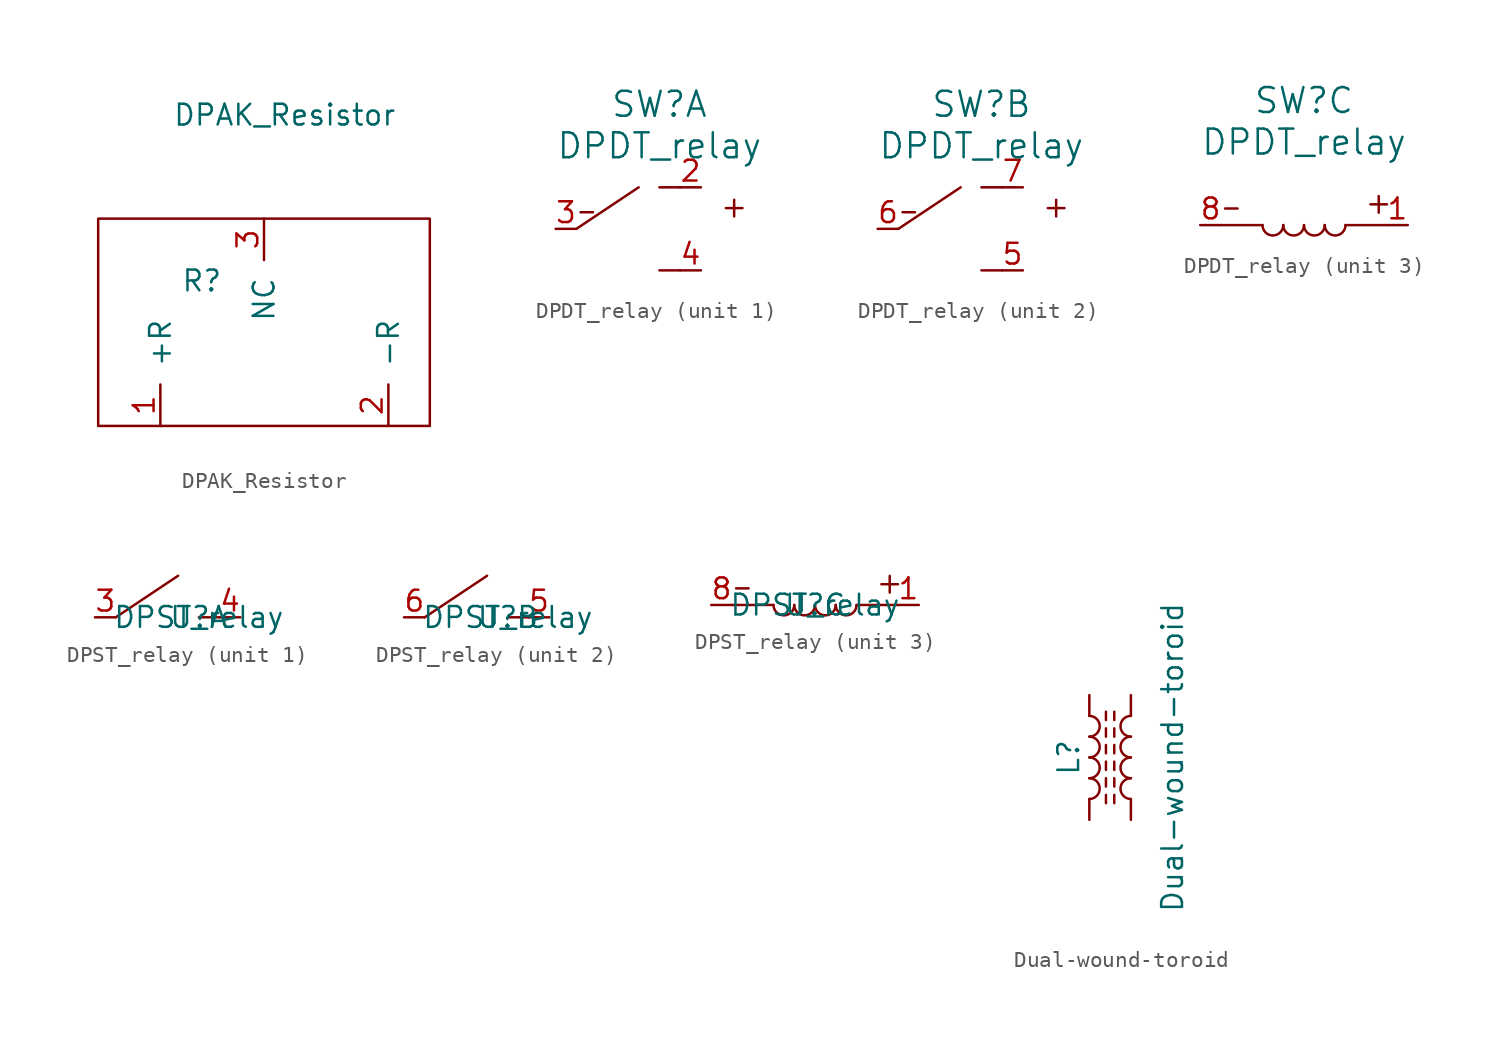
<source format=kicad_sym>
(kicad_symbol_lib
  (version 20211014)
  (generator kicad_symbol_editor)
  (symbol "DPAK_Resistor"
    (pin_names
      (offset 1.016))
    (property "Reference" "R"
      (at -3.81 -3.81 0)
      (effects (font (size 1.27 1.27))))
    (property "Value" "DPAK_Resistor"
      (at 1.27 6.35 0)
      (effects (font (size 1.27 1.27))))
    (symbol "DPAK_Resistor_0_1"
      (rectangle (start -10.16 -12.7) (end 10.16 0) (stroke (width 0) (type default) (color 0 0 0 0)) (fill (type none))))
    (symbol "DPAK_Resistor_1_1"
      (pin input line (at -6.35 -12.7 90) (length 2.54) (name "+R" (effects (font (size 1.27 1.27)))) (number "1" (effects (font (size 1.27 1.27)))))
      (pin input line (at 7.62 -12.7 90) (length 2.54) (name "-R" (effects (font (size 1.27 1.27)))) (number "2" (effects (font (size 1.27 1.27)))))
      (pin input line (at 0 0 270) (length 2.54) (name "NC" (effects (font (size 1.27 1.27)))) (number "3" (effects (font (size 1.27 1.27)))))))
  (symbol "DPDT_relay"
    (pin_names
      (offset 1.016))
    (property "Reference" "SW"
      (at 0 7.62 0)
      (effects (font (size 1.524 1.524))))
    (property "Value" "DPDT_relay"
      (at 0 5.08 0)
      (effects (font (size 1.524 1.524))))
    (property "ki_locked" ""
      (at 0 0 0)
      (effects (font (size 1.27 1.27))))
    (symbol "DPDT_relay_0_1"
      (polyline (pts (xy -4.826 1.016) (xy -4.064 1.016)) (stroke (width 0) (type default) (color 0 0 0 0)) (fill (type none)))
      (polyline (pts (xy 4.572 1.778) (xy 4.572 0.762)) (stroke (width 0) (type default) (color 0 0 0 0)) (fill (type none)))
      (polyline (pts (xy 5.08 1.27) (xy 4.064 1.27)) (stroke (width 0) (type default) (color 0 0 0 0)) (fill (type none))))
    (symbol "DPDT_relay_1_1"
      (polyline (pts (xy -5.08 0) (xy -1.27 2.54)) (stroke (width 0) (type default) (color 0 0 0 0)) (fill (type none)))
      (polyline (pts (xy 1.27 -2.54) (xy 0 -2.54)) (stroke (width 0) (type default) (color 0 0 0 0)) (fill (type none)))
      (polyline (pts (xy 1.27 2.54) (xy 0 2.54)) (stroke (width 0) (type default) (color 0 0 0 0)) (fill (type none)))
      (pin passive line (at 2.54 2.54 180) (length 1.27) (name "~" (effects (font (size 1.27 1.27)))) (number "2" (effects (font (size 1.27 1.27)))))
      (pin passive line (at -6.35 0 0) (length 1.27) (name "~" (effects (font (size 1.27 1.27)))) (number "3" (effects (font (size 1.27 1.27)))))
      (pin passive line (at 2.54 -2.54 180) (length 1.27) (name "~" (effects (font (size 1.27 1.27)))) (number "4" (effects (font (size 1.27 1.27))))))
    (symbol "DPDT_relay_2_1"
      (polyline (pts (xy -5.08 0) (xy -1.27 2.54)) (stroke (width 0) (type default) (color 0 0 0 0)) (fill (type none)))
      (polyline (pts (xy 1.27 -2.54) (xy 0 -2.54)) (stroke (width 0) (type default) (color 0 0 0 0)) (fill (type none)))
      (polyline (pts (xy 1.27 2.54) (xy 0 2.54)) (stroke (width 0) (type default) (color 0 0 0 0)) (fill (type none)))
      (pin passive line (at 2.54 -2.54 180) (length 1.27) (name "~" (effects (font (size 1.27 1.27)))) (number "5" (effects (font (size 1.27 1.27)))))
      (pin passive line (at -6.35 0 0) (length 1.27) (name "~" (effects (font (size 1.27 1.27)))) (number "6" (effects (font (size 1.27 1.27)))))
      (pin passive line (at 2.54 2.54 180) (length 1.27) (name "~" (effects (font (size 1.27 1.27)))) (number "7" (effects (font (size 1.27 1.27))))))
    (symbol "DPDT_relay_3_1"
      (arc (start -2.54 0) (mid -1.905 -0.635) (end -1.27 0) (stroke (width 0) (type default) (color 0 0 0 0)) (fill (type none)))
      (arc (start -1.27 0) (mid -0.635 -0.635) (end 0 0) (stroke (width 0) (type default) (color 0 0 0 0)) (fill (type none)))
      (polyline (pts (xy -2.54 0) (xy -5.08 0)) (stroke (width 0) (type default) (color 0 0 0 0)) (fill (type none)))
      (polyline (pts (xy 2.54 0) (xy 5.08 0)) (stroke (width 0) (type default) (color 0 0 0 0)) (fill (type none)))
      (arc (start 0 0) (mid 0.635 -0.635) (end 1.27 0) (stroke (width 0) (type default) (color 0 0 0 0)) (fill (type none)))
      (arc (start 1.27 0) (mid 1.905 -0.635) (end 2.54 0) (stroke (width 0) (type default) (color 0 0 0 0)) (fill (type none)))
      (pin passive line (at 6.35 0 180) (length 1.27) (name "~" (effects (font (size 1.27 1.27)))) (number "1" (effects (font (size 1.27 1.27)))))
      (pin passive line (at -6.35 0 0) (length 1.27) (name "~" (effects (font (size 1.27 1.27)))) (number "8" (effects (font (size 1.27 1.27)))))))
  (symbol "DPST_relay"
    (pin_names
      (offset 1.016))
    (property "Reference" "U"
      (at 0 0 0)
      (effects (font (size 1.27 1.27))))
    (property "Value" "DPST_relay"
      (at 0 0 0)
      (effects (font (size 1.27 1.27))))
    (property "ki_locked" ""
      (at 0 0 0)
      (effects (font (size 1.27 1.27))))
    (symbol "DPST_relay_1_1"
      (polyline (pts (xy -5.08 0) (xy -1.27 2.54)) (stroke (width 0) (type default) (color 0 0 0 0)) (fill (type none)))
      (polyline (pts (xy 1.27 0) (xy 0 0)) (stroke (width 0) (type default) (color 0 0 0 0)) (fill (type none)))
      (pin passive line (at -6.35 0 0) (length 1.27) (name "~" (effects (font (size 1.27 1.27)))) (number "3" (effects (font (size 1.27 1.27)))))
      (pin passive line (at 2.54 0 180) (length 1.27) (name "~" (effects (font (size 1.27 1.27)))) (number "4" (effects (font (size 1.27 1.27))))))
    (symbol "DPST_relay_2_1"
      (polyline (pts (xy -5.08 0) (xy -1.27 2.54)) (stroke (width 0) (type default) (color 0 0 0 0)) (fill (type none)))
      (polyline (pts (xy 1.27 0) (xy 0 0)) (stroke (width 0) (type default) (color 0 0 0 0)) (fill (type none)))
      (pin passive line (at 2.54 0 180) (length 1.27) (name "~" (effects (font (size 1.27 1.27)))) (number "5" (effects (font (size 1.27 1.27)))))
      (pin passive line (at -6.35 0 0) (length 1.27) (name "~" (effects (font (size 1.27 1.27)))) (number "6" (effects (font (size 1.27 1.27))))))
    (symbol "DPST_relay_3_1"
      (arc (start -2.54 0) (mid -1.905 -0.635) (end -1.27 0) (stroke (width 0) (type default) (color 0 0 0 0)) (fill (type none)))
      (arc (start -1.27 0) (mid -0.635 -0.635) (end 0 0) (stroke (width 0) (type default) (color 0 0 0 0)) (fill (type none)))
      (polyline (pts (xy -4.826 1.016) (xy -4.064 1.016)) (stroke (width 0) (type default) (color 0 0 0 0)) (fill (type none)))
      (polyline (pts (xy -2.54 0) (xy -5.08 0)) (stroke (width 0) (type default) (color 0 0 0 0)) (fill (type none)))
      (polyline (pts (xy 2.54 0) (xy 5.08 0)) (stroke (width 0) (type default) (color 0 0 0 0)) (fill (type none)))
      (polyline (pts (xy 4.572 1.778) (xy 4.572 0.762)) (stroke (width 0) (type default) (color 0 0 0 0)) (fill (type none)))
      (polyline (pts (xy 5.08 1.27) (xy 4.064 1.27)) (stroke (width 0) (type default) (color 0 0 0 0)) (fill (type none)))
      (arc (start 0 0) (mid 0.635 -0.635) (end 1.27 0) (stroke (width 0) (type default) (color 0 0 0 0)) (fill (type none)))
      (arc (start 1.27 0) (mid 1.905 -0.635) (end 2.54 0) (stroke (width 0) (type default) (color 0 0 0 0)) (fill (type none)))
      (pin passive line (at 6.35 0 180) (length 1.27) (name "~" (effects (font (size 1.27 1.27)))) (number "1" (effects (font (size 1.27 1.27)))))
      (pin passive line (at -6.35 0 0) (length 1.27) (name "~" (effects (font (size 1.27 1.27)))) (number "8" (effects (font (size 1.27 1.27)))))))
  (symbol "Dual-wound-toroid"
    (pin_numbers hide)
    (pin_names
      (offset 1.016) hide)
    (property "Reference" "L"
      (at -1.27 0 90)
      (effects (font (size 1.27 1.27))))
    (property "Value" "Dual-wound-toroid"
      (at 5.08 0 90)
      (effects (font (size 1.27 1.27))))
    (symbol "Dual-wound-toroid_0_1"
      (arc (start 0 -2.54) (mid 0.635 -1.905) (end 0 -1.27) (stroke (width 0) (type default) (color 0 0 0 0)) (fill (type none)))
      (arc (start 0 -1.27) (mid 0.635 -0.635) (end 0 0) (stroke (width 0) (type default) (color 0 0 0 0)) (fill (type none)))
      (polyline (pts (xy 1.016 -2.794) (xy 1.016 -2.286)) (stroke (width 0) (type default) (color 0 0 0 0)) (fill (type none)))
      (polyline (pts (xy 1.016 -1.778) (xy 1.016 -1.27)) (stroke (width 0) (type default) (color 0 0 0 0)) (fill (type none)))
      (polyline (pts (xy 1.016 -0.762) (xy 1.016 -0.254)) (stroke (width 0) (type default) (color 0 0 0 0)) (fill (type none)))
      (polyline (pts (xy 1.016 0.254) (xy 1.016 0.762)) (stroke (width 0) (type default) (color 0 0 0 0)) (fill (type none)))
      (polyline (pts (xy 1.016 1.27) (xy 1.016 1.778)) (stroke (width 0) (type default) (color 0 0 0 0)) (fill (type none)))
      (polyline (pts (xy 1.016 2.286) (xy 1.016 2.794)) (stroke (width 0) (type default) (color 0 0 0 0)) (fill (type none)))
      (polyline (pts (xy 1.524 -2.286) (xy 1.524 -2.794)) (stroke (width 0) (type default) (color 0 0 0 0)) (fill (type none)))
      (polyline (pts (xy 1.524 -1.27) (xy 1.524 -1.778)) (stroke (width 0) (type default) (color 0 0 0 0)) (fill (type none)))
      (polyline (pts (xy 1.524 -0.254) (xy 1.524 -0.762)) (stroke (width 0) (type default) (color 0 0 0 0)) (fill (type none)))
      (polyline (pts (xy 1.524 0.762) (xy 1.524 0.254)) (stroke (width 0) (type default) (color 0 0 0 0)) (fill (type none)))
      (polyline (pts (xy 1.524 1.778) (xy 1.524 1.27)) (stroke (width 0) (type default) (color 0 0 0 0)) (fill (type none)))
      (polyline (pts (xy 1.524 2.794) (xy 1.524 2.286)) (stroke (width 0) (type default) (color 0 0 0 0)) (fill (type none)))
      (arc (start 0 0) (mid 0.635 0.635) (end 0 1.27) (stroke (width 0) (type default) (color 0 0 0 0)) (fill (type none)))
      (arc (start 0 1.27) (mid 0.635 1.905) (end 0 2.54) (stroke (width 0) (type default) (color 0 0 0 0)) (fill (type none)))
      (arc (start 2.54 -1.27) (mid 1.905 -1.905) (end 2.54 -2.54) (stroke (width 0) (type default) (color 0 0 0 0)) (fill (type none)))
      (arc (start 2.54 0) (mid 1.905 -0.635) (end 2.54 -1.27) (stroke (width 0) (type default) (color 0 0 0 0)) (fill (type none)))
      (arc (start 2.54 1.27) (mid 1.905 0.635) (end 2.54 0) (stroke (width 0) (type default) (color 0 0 0 0)) (fill (type none)))
      (arc (start 2.54 2.54) (mid 1.905 1.905) (end 2.54 1.27) (stroke (width 0) (type default) (color 0 0 0 0)) (fill (type none))))
    (symbol "Dual-wound-toroid_1_1"
      (pin passive line (at 0 3.81 270) (length 1.27) (name "1" (effects (font (size 1.27 1.27)))) (number "1" (effects (font (size 1.27 1.27)))))
      (pin passive line (at 0 -3.81 90) (length 1.27) (name "2" (effects (font (size 1.27 1.27)))) (number "2" (effects (font (size 1.27 1.27)))))
      (pin passive line (at 2.54 -3.81 90) (length 1.27) (name "3" (effects (font (size 1.27 1.27)))) (number "3" (effects (font (size 1.27 1.27)))))
      (pin passive line (at 2.54 3.81 270) (length 1.27) (name "4" (effects (font (size 1.27 1.27)))) (number "4" (effects (font (size 1.27 1.27))))))))
</source>
